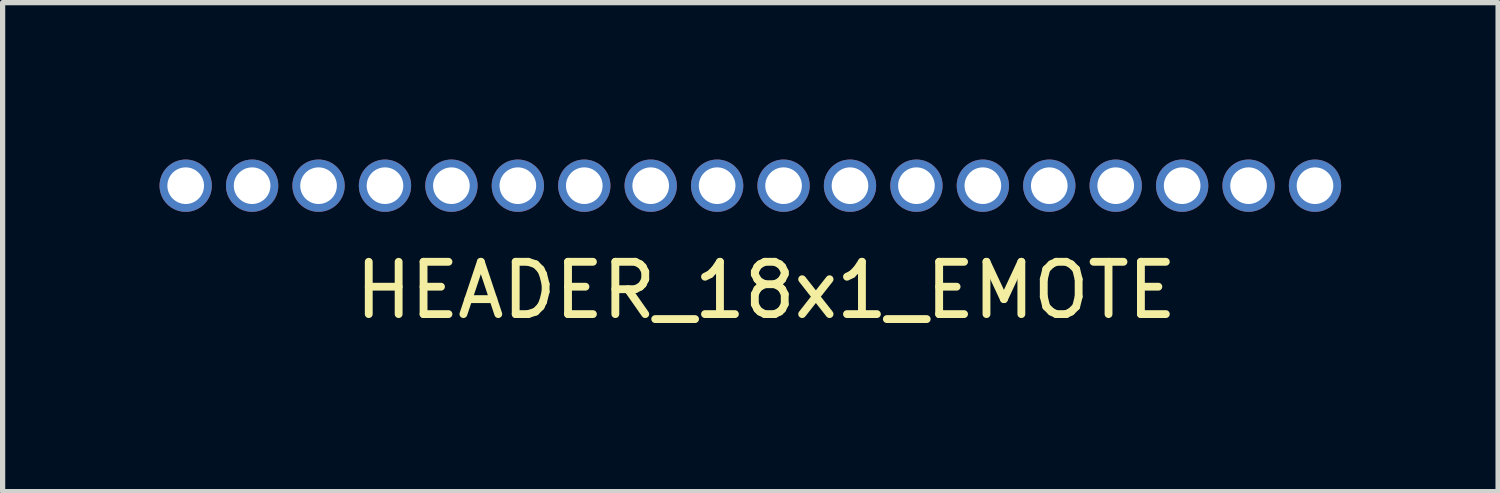
<source format=kicad_pcb>
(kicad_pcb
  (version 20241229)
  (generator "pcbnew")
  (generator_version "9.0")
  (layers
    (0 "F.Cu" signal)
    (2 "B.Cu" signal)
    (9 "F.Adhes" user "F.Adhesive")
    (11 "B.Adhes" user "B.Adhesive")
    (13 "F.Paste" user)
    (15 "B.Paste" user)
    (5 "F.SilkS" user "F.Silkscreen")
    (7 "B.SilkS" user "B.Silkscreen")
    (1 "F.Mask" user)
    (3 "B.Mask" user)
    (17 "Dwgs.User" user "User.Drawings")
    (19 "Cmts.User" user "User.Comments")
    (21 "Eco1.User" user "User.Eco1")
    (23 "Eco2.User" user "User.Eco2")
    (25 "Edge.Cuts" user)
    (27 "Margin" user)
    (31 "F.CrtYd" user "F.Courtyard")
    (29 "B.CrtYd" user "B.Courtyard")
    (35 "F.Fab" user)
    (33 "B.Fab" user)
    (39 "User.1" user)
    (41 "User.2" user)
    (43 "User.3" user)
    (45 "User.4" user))
  (footprint "HEADER_18x1_EMOTE"
    (layer "F.Cu")
    (at 11.295 0.5)
    (property "Reference" "HEADER_18x1_EMOTE" (at 0.3 2 0) (layer "F.SilkS") (effects (font (size 1 1) (thickness 0.15))))
    (attr through_hole)
    (pad "1" thru_hole circle (at -10.795 0) (size 1 1) (drill 0.7) (layers "*.Cu" "*.Mask"))
    (pad "2" thru_hole circle (at -9.525 0) (size 1 1) (drill 0.7) (layers "*.Cu" "*.Mask"))
    (pad "3" thru_hole circle (at -8.255 0) (size 1 1) (drill 0.7) (layers "*.Cu" "*.Mask"))
    (pad "4" thru_hole circle (at -6.985 0) (size 1 1) (drill 0.7) (layers "*.Cu" "*.Mask"))
    (pad "5" thru_hole circle (at -5.715 0) (size 1 1) (drill 0.7) (layers "*.Cu" "*.Mask"))
    (pad "6" thru_hole circle (at -4.445 0) (size 1 1) (drill 0.7) (layers "*.Cu" "*.Mask"))
    (pad "7" thru_hole circle (at -3.175 0) (size 1 1) (drill 0.7) (layers "*.Cu" "*.Mask"))
    (pad "8" thru_hole circle (at -1.905 0) (size 1 1) (drill 0.7) (layers "*.Cu" "*.Mask"))
    (pad "9" thru_hole circle (at -0.635 0) (size 1 1) (drill 0.7) (layers "*.Cu" "*.Mask"))
    (pad "10" thru_hole circle (at 0.635 0) (size 1 1) (drill 0.7) (layers "*.Cu" "*.Mask"))
    (pad "11" thru_hole circle (at 1.905 0) (size 1 1) (drill 0.7) (layers "*.Cu" "*.Mask"))
    (pad "12" thru_hole circle (at 3.175 0) (size 1 1) (drill 0.7) (layers "*.Cu" "*.Mask"))
    (pad "13" thru_hole circle (at 4.445 0) (size 1 1) (drill 0.7) (layers "*.Cu" "*.Mask"))
    (pad "14" thru_hole circle (at 5.715 0) (size 1 1) (drill 0.7) (layers "*.Cu" "*.Mask"))
    (pad "15" thru_hole circle (at 6.985 0) (size 1 1) (drill 0.7) (layers "*.Cu" "*.Mask"))
    (pad "16" thru_hole circle (at 8.255 0) (size 1 1) (drill 0.7) (layers "*.Cu" "*.Mask"))
    (pad "17" thru_hole circle (at 9.525 0) (size 1 1) (drill 0.7) (layers "*.Cu" "*.Mask"))
    (pad "18" thru_hole circle (at 10.795 0) (size 1 1) (drill 0.7) (layers "*.Cu" "*.Mask")))
  (gr_rect
    (start -3 -3)
    (end 25.59 6.348)
    (stroke (width 0.1) (type default))
    (fill no)
    (layer "Edge.Cuts")))
</source>
